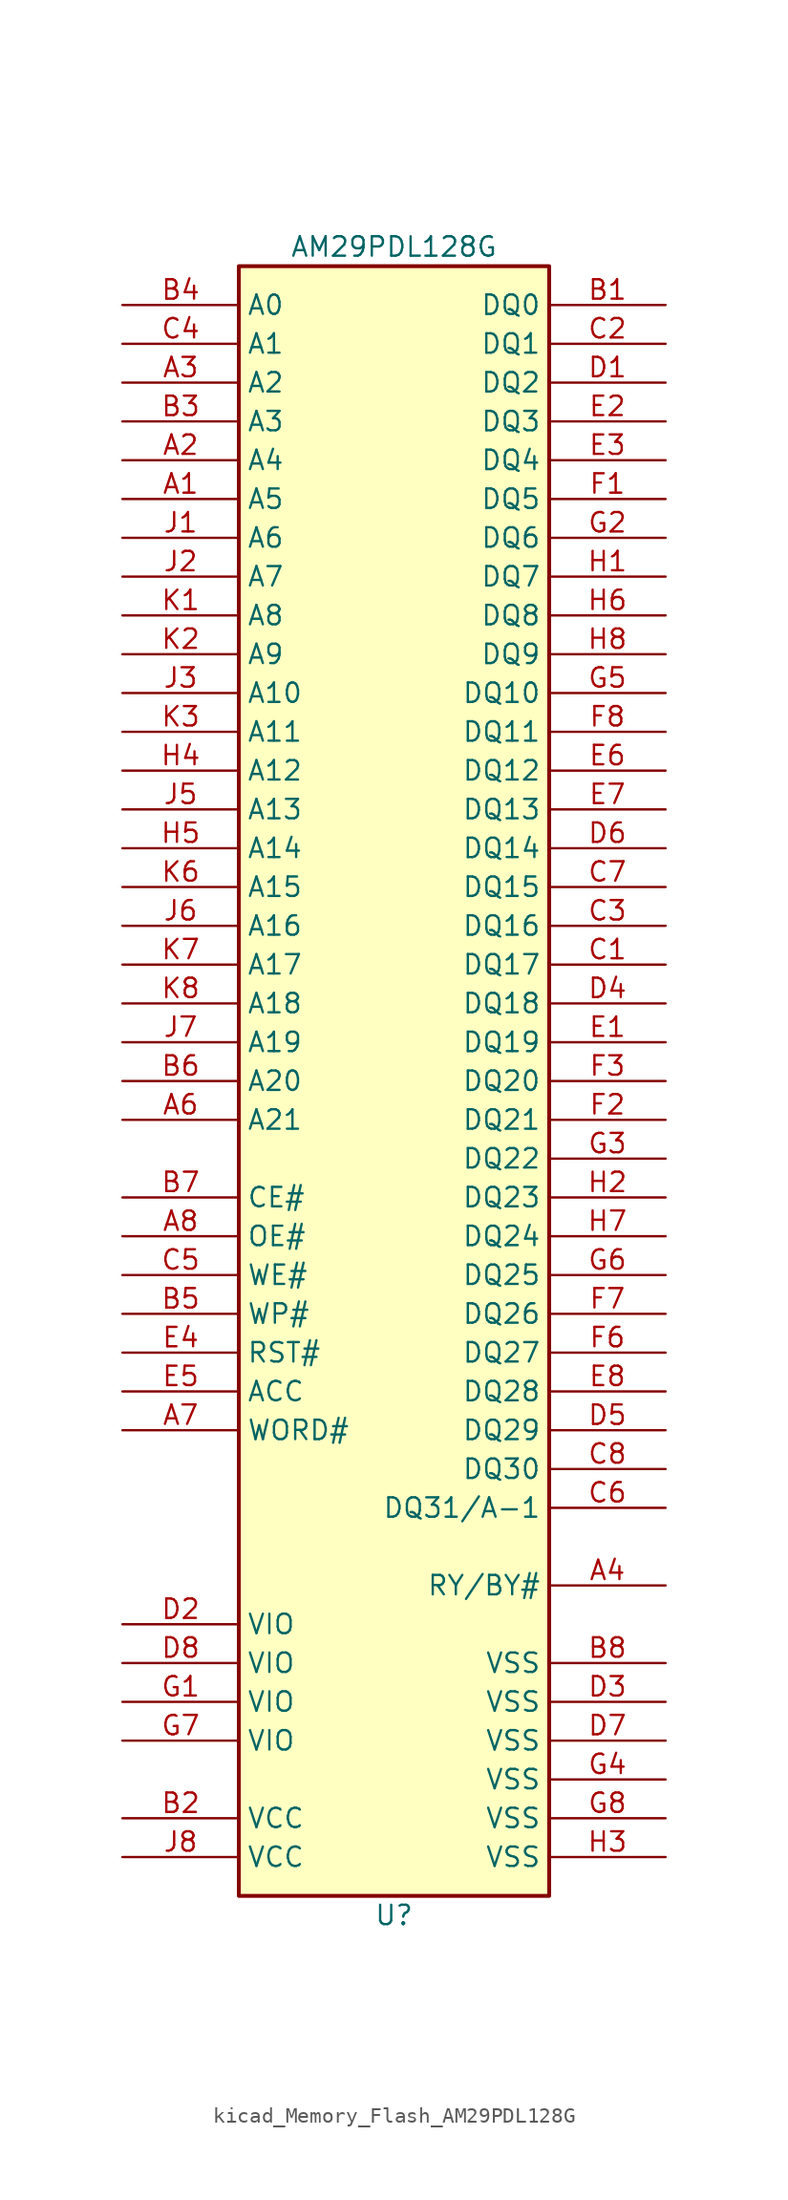
<source format=kicad_sym>
(kicad_symbol_lib
  (version 20220914)
  (generator kicad_symbol_editor)
  (symbol "kicad_Memory_Flash_AM29PDL128G"
    (property "Reference" "U"
      (at 0 -54.61 0)
      (effects (font (size 1.27 1.27))))
    (property "Value" "AM29PDL128G"
      (at 0 54.61 0)
      (effects (font (size 1.27 1.27))))
    (symbol "kicad_Memory_Flash_AM29PDL128G_0_1"
      (rectangle (start -10.16 53.34) (end 10.16 -53.34) (stroke (width 0.254) (type default)) (fill (type background))))
    (symbol "kicad_Memory_Flash_AM29PDL128G_1_1"
      (pin input line (at -17.78 38.1 0) (length 7.62) (name "A5" (effects (font (size 1.27 1.27)))) (number "A1" (effects (font (size 1.27 1.27)))))
      (pin input line (at -17.78 40.64 0) (length 7.62) (name "A4" (effects (font (size 1.27 1.27)))) (number "A2" (effects (font (size 1.27 1.27)))))
      (pin input line (at -17.78 45.72 0) (length 7.62) (name "A2" (effects (font (size 1.27 1.27)))) (number "A3" (effects (font (size 1.27 1.27)))))
      (pin output line (at 17.78 -33.02 180) (length 7.62) (name "RY/BY#" (effects (font (size 1.27 1.27)))) (number "A4" (effects (font (size 1.27 1.27)))))
      (pin input line (at -17.78 -2.54 0) (length 7.62) (name "A21" (effects (font (size 1.27 1.27)))) (number "A6" (effects (font (size 1.27 1.27)))))
      (pin input line (at -17.78 -22.86 0) (length 7.62) (name "WORD#" (effects (font (size 1.27 1.27)))) (number "A7" (effects (font (size 1.27 1.27)))))
      (pin input line (at -17.78 -10.16 0) (length 7.62) (name "OE#" (effects (font (size 1.27 1.27)))) (number "A8" (effects (font (size 1.27 1.27)))))
      (pin bidirectional line (at 17.78 50.8 180) (length 7.62) (name "DQ0" (effects (font (size 1.27 1.27)))) (number "B1" (effects (font (size 1.27 1.27)))))
      (pin power_in line (at -17.78 -48.26 0) (length 7.62) (name "VCC" (effects (font (size 1.27 1.27)))) (number "B2" (effects (font (size 1.27 1.27)))))
      (pin input line (at -17.78 43.18 0) (length 7.62) (name "A3" (effects (font (size 1.27 1.27)))) (number "B3" (effects (font (size 1.27 1.27)))))
      (pin input line (at -17.78 50.8 0) (length 7.62) (name "A0" (effects (font (size 1.27 1.27)))) (number "B4" (effects (font (size 1.27 1.27)))))
      (pin input line (at -17.78 -15.24 0) (length 7.62) (name "WP#" (effects (font (size 1.27 1.27)))) (number "B5" (effects (font (size 1.27 1.27)))))
      (pin input line (at -17.78 0 0) (length 7.62) (name "A20" (effects (font (size 1.27 1.27)))) (number "B6" (effects (font (size 1.27 1.27)))))
      (pin input line (at -17.78 -7.62 0) (length 7.62) (name "CE#" (effects (font (size 1.27 1.27)))) (number "B7" (effects (font (size 1.27 1.27)))))
      (pin power_in line (at 17.78 -38.1 180) (length 7.62) (name "VSS" (effects (font (size 1.27 1.27)))) (number "B8" (effects (font (size 1.27 1.27)))))
      (pin bidirectional line (at 17.78 7.62 180) (length 7.62) (name "DQ17" (effects (font (size 1.27 1.27)))) (number "C1" (effects (font (size 1.27 1.27)))))
      (pin bidirectional line (at 17.78 48.26 180) (length 7.62) (name "DQ1" (effects (font (size 1.27 1.27)))) (number "C2" (effects (font (size 1.27 1.27)))))
      (pin bidirectional line (at 17.78 10.16 180) (length 7.62) (name "DQ16" (effects (font (size 1.27 1.27)))) (number "C3" (effects (font (size 1.27 1.27)))))
      (pin input line (at -17.78 48.26 0) (length 7.62) (name "A1" (effects (font (size 1.27 1.27)))) (number "C4" (effects (font (size 1.27 1.27)))))
      (pin input line (at -17.78 -12.7 0) (length 7.62) (name "WE#" (effects (font (size 1.27 1.27)))) (number "C5" (effects (font (size 1.27 1.27)))))
      (pin bidirectional line (at 17.78 -27.94 180) (length 7.62) (name "DQ31/A-1" (effects (font (size 1.27 1.27)))) (number "C6" (effects (font (size 1.27 1.27)))))
      (pin bidirectional line (at 17.78 12.7 180) (length 7.62) (name "DQ15" (effects (font (size 1.27 1.27)))) (number "C7" (effects (font (size 1.27 1.27)))))
      (pin bidirectional line (at 17.78 -25.4 180) (length 7.62) (name "DQ30" (effects (font (size 1.27 1.27)))) (number "C8" (effects (font (size 1.27 1.27)))))
      (pin bidirectional line (at 17.78 45.72 180) (length 7.62) (name "DQ2" (effects (font (size 1.27 1.27)))) (number "D1" (effects (font (size 1.27 1.27)))))
      (pin input line (at -17.78 -35.56 0) (length 7.62) (name "VIO" (effects (font (size 1.27 1.27)))) (number "D2" (effects (font (size 1.27 1.27)))))
      (pin power_in line (at 17.78 -40.64 180) (length 7.62) (name "VSS" (effects (font (size 1.27 1.27)))) (number "D3" (effects (font (size 1.27 1.27)))))
      (pin bidirectional line (at 17.78 5.08 180) (length 7.62) (name "DQ18" (effects (font (size 1.27 1.27)))) (number "D4" (effects (font (size 1.27 1.27)))))
      (pin bidirectional line (at 17.78 -22.86 180) (length 7.62) (name "DQ29" (effects (font (size 1.27 1.27)))) (number "D5" (effects (font (size 1.27 1.27)))))
      (pin bidirectional line (at 17.78 15.24 180) (length 7.62) (name "DQ14" (effects (font (size 1.27 1.27)))) (number "D6" (effects (font (size 1.27 1.27)))))
      (pin power_in line (at 17.78 -43.18 180) (length 7.62) (name "VSS" (effects (font (size 1.27 1.27)))) (number "D7" (effects (font (size 1.27 1.27)))))
      (pin input line (at -17.78 -38.1 0) (length 7.62) (name "VIO" (effects (font (size 1.27 1.27)))) (number "D8" (effects (font (size 1.27 1.27)))))
      (pin bidirectional line (at 17.78 2.54 180) (length 7.62) (name "DQ19" (effects (font (size 1.27 1.27)))) (number "E1" (effects (font (size 1.27 1.27)))))
      (pin bidirectional line (at 17.78 43.18 180) (length 7.62) (name "DQ3" (effects (font (size 1.27 1.27)))) (number "E2" (effects (font (size 1.27 1.27)))))
      (pin bidirectional line (at 17.78 40.64 180) (length 7.62) (name "DQ4" (effects (font (size 1.27 1.27)))) (number "E3" (effects (font (size 1.27 1.27)))))
      (pin input line (at -17.78 -17.78 0) (length 7.62) (name "RST#" (effects (font (size 1.27 1.27)))) (number "E4" (effects (font (size 1.27 1.27)))))
      (pin input line (at -17.78 -20.32 0) (length 7.62) (name "ACC" (effects (font (size 1.27 1.27)))) (number "E5" (effects (font (size 1.27 1.27)))))
      (pin bidirectional line (at 17.78 20.32 180) (length 7.62) (name "DQ12" (effects (font (size 1.27 1.27)))) (number "E6" (effects (font (size 1.27 1.27)))))
      (pin bidirectional line (at 17.78 17.78 180) (length 7.62) (name "DQ13" (effects (font (size 1.27 1.27)))) (number "E7" (effects (font (size 1.27 1.27)))))
      (pin bidirectional line (at 17.78 -20.32 180) (length 7.62) (name "DQ28" (effects (font (size 1.27 1.27)))) (number "E8" (effects (font (size 1.27 1.27)))))
      (pin bidirectional line (at 17.78 38.1 180) (length 7.62) (name "DQ5" (effects (font (size 1.27 1.27)))) (number "F1" (effects (font (size 1.27 1.27)))))
      (pin bidirectional line (at 17.78 -2.54 180) (length 7.62) (name "DQ21" (effects (font (size 1.27 1.27)))) (number "F2" (effects (font (size 1.27 1.27)))))
      (pin bidirectional line (at 17.78 0 180) (length 7.62) (name "DQ20" (effects (font (size 1.27 1.27)))) (number "F3" (effects (font (size 1.27 1.27)))))
      (pin bidirectional line (at 17.78 -17.78 180) (length 7.62) (name "DQ27" (effects (font (size 1.27 1.27)))) (number "F6" (effects (font (size 1.27 1.27)))))
      (pin bidirectional line (at 17.78 -15.24 180) (length 7.62) (name "DQ26" (effects (font (size 1.27 1.27)))) (number "F7" (effects (font (size 1.27 1.27)))))
      (pin bidirectional line (at 17.78 22.86 180) (length 7.62) (name "DQ11" (effects (font (size 1.27 1.27)))) (number "F8" (effects (font (size 1.27 1.27)))))
      (pin input line (at -17.78 -40.64 0) (length 7.62) (name "VIO" (effects (font (size 1.27 1.27)))) (number "G1" (effects (font (size 1.27 1.27)))))
      (pin bidirectional line (at 17.78 35.56 180) (length 7.62) (name "DQ6" (effects (font (size 1.27 1.27)))) (number "G2" (effects (font (size 1.27 1.27)))))
      (pin bidirectional line (at 17.78 -5.08 180) (length 7.62) (name "DQ22" (effects (font (size 1.27 1.27)))) (number "G3" (effects (font (size 1.27 1.27)))))
      (pin passive line (at 17.78 -45.72 180) (length 7.62) (name "VSS" (effects (font (size 1.27 1.27)))) (number "G4" (effects (font (size 1.27 1.27)))))
      (pin bidirectional line (at 17.78 25.4 180) (length 7.62) (name "DQ10" (effects (font (size 1.27 1.27)))) (number "G5" (effects (font (size 1.27 1.27)))))
      (pin bidirectional line (at 17.78 -12.7 180) (length 7.62) (name "DQ25" (effects (font (size 1.27 1.27)))) (number "G6" (effects (font (size 1.27 1.27)))))
      (pin input line (at -17.78 -43.18 0) (length 7.62) (name "VIO" (effects (font (size 1.27 1.27)))) (number "G7" (effects (font (size 1.27 1.27)))))
      (pin power_in line (at 17.78 -48.26 180) (length 7.62) (name "VSS" (effects (font (size 1.27 1.27)))) (number "G8" (effects (font (size 1.27 1.27)))))
      (pin bidirectional line (at 17.78 33.02 180) (length 7.62) (name "DQ7" (effects (font (size 1.27 1.27)))) (number "H1" (effects (font (size 1.27 1.27)))))
      (pin bidirectional line (at 17.78 -7.62 180) (length 7.62) (name "DQ23" (effects (font (size 1.27 1.27)))) (number "H2" (effects (font (size 1.27 1.27)))))
      (pin power_in line (at 17.78 -50.8 180) (length 7.62) (name "VSS" (effects (font (size 1.27 1.27)))) (number "H3" (effects (font (size 1.27 1.27)))))
      (pin input line (at -17.78 20.32 0) (length 7.62) (name "A12" (effects (font (size 1.27 1.27)))) (number "H4" (effects (font (size 1.27 1.27)))))
      (pin input line (at -17.78 15.24 0) (length 7.62) (name "A14" (effects (font (size 1.27 1.27)))) (number "H5" (effects (font (size 1.27 1.27)))))
      (pin bidirectional line (at 17.78 30.48 180) (length 7.62) (name "DQ8" (effects (font (size 1.27 1.27)))) (number "H6" (effects (font (size 1.27 1.27)))))
      (pin bidirectional line (at 17.78 -10.16 180) (length 7.62) (name "DQ24" (effects (font (size 1.27 1.27)))) (number "H7" (effects (font (size 1.27 1.27)))))
      (pin bidirectional line (at 17.78 27.94 180) (length 7.62) (name "DQ9" (effects (font (size 1.27 1.27)))) (number "H8" (effects (font (size 1.27 1.27)))))
      (pin input line (at -17.78 35.56 0) (length 7.62) (name "A6" (effects (font (size 1.27 1.27)))) (number "J1" (effects (font (size 1.27 1.27)))))
      (pin input line (at -17.78 33.02 0) (length 7.62) (name "A7" (effects (font (size 1.27 1.27)))) (number "J2" (effects (font (size 1.27 1.27)))))
      (pin input line (at -17.78 25.4 0) (length 7.62) (name "A10" (effects (font (size 1.27 1.27)))) (number "J3" (effects (font (size 1.27 1.27)))))
      (pin input line (at -17.78 17.78 0) (length 7.62) (name "A13" (effects (font (size 1.27 1.27)))) (number "J5" (effects (font (size 1.27 1.27)))))
      (pin input line (at -17.78 10.16 0) (length 7.62) (name "A16" (effects (font (size 1.27 1.27)))) (number "J6" (effects (font (size 1.27 1.27)))))
      (pin input line (at -17.78 2.54 0) (length 7.62) (name "A19" (effects (font (size 1.27 1.27)))) (number "J7" (effects (font (size 1.27 1.27)))))
      (pin power_in line (at -17.78 -50.8 0) (length 7.62) (name "VCC" (effects (font (size 1.27 1.27)))) (number "J8" (effects (font (size 1.27 1.27)))))
      (pin input line (at -17.78 30.48 0) (length 7.62) (name "A8" (effects (font (size 1.27 1.27)))) (number "K1" (effects (font (size 1.27 1.27)))))
      (pin input line (at -17.78 27.94 0) (length 7.62) (name "A9" (effects (font (size 1.27 1.27)))) (number "K2" (effects (font (size 1.27 1.27)))))
      (pin input line (at -17.78 22.86 0) (length 7.62) (name "A11" (effects (font (size 1.27 1.27)))) (number "K3" (effects (font (size 1.27 1.27)))))
      (pin input line (at -17.78 12.7 0) (length 7.62) (name "A15" (effects (font (size 1.27 1.27)))) (number "K6" (effects (font (size 1.27 1.27)))))
      (pin input line (at -17.78 7.62 0) (length 7.62) (name "A17" (effects (font (size 1.27 1.27)))) (number "K7" (effects (font (size 1.27 1.27)))))
      (pin input line (at -17.78 5.08 0) (length 7.62) (name "A18" (effects (font (size 1.27 1.27)))) (number "K8" (effects (font (size 1.27 1.27))))))))
</source>
